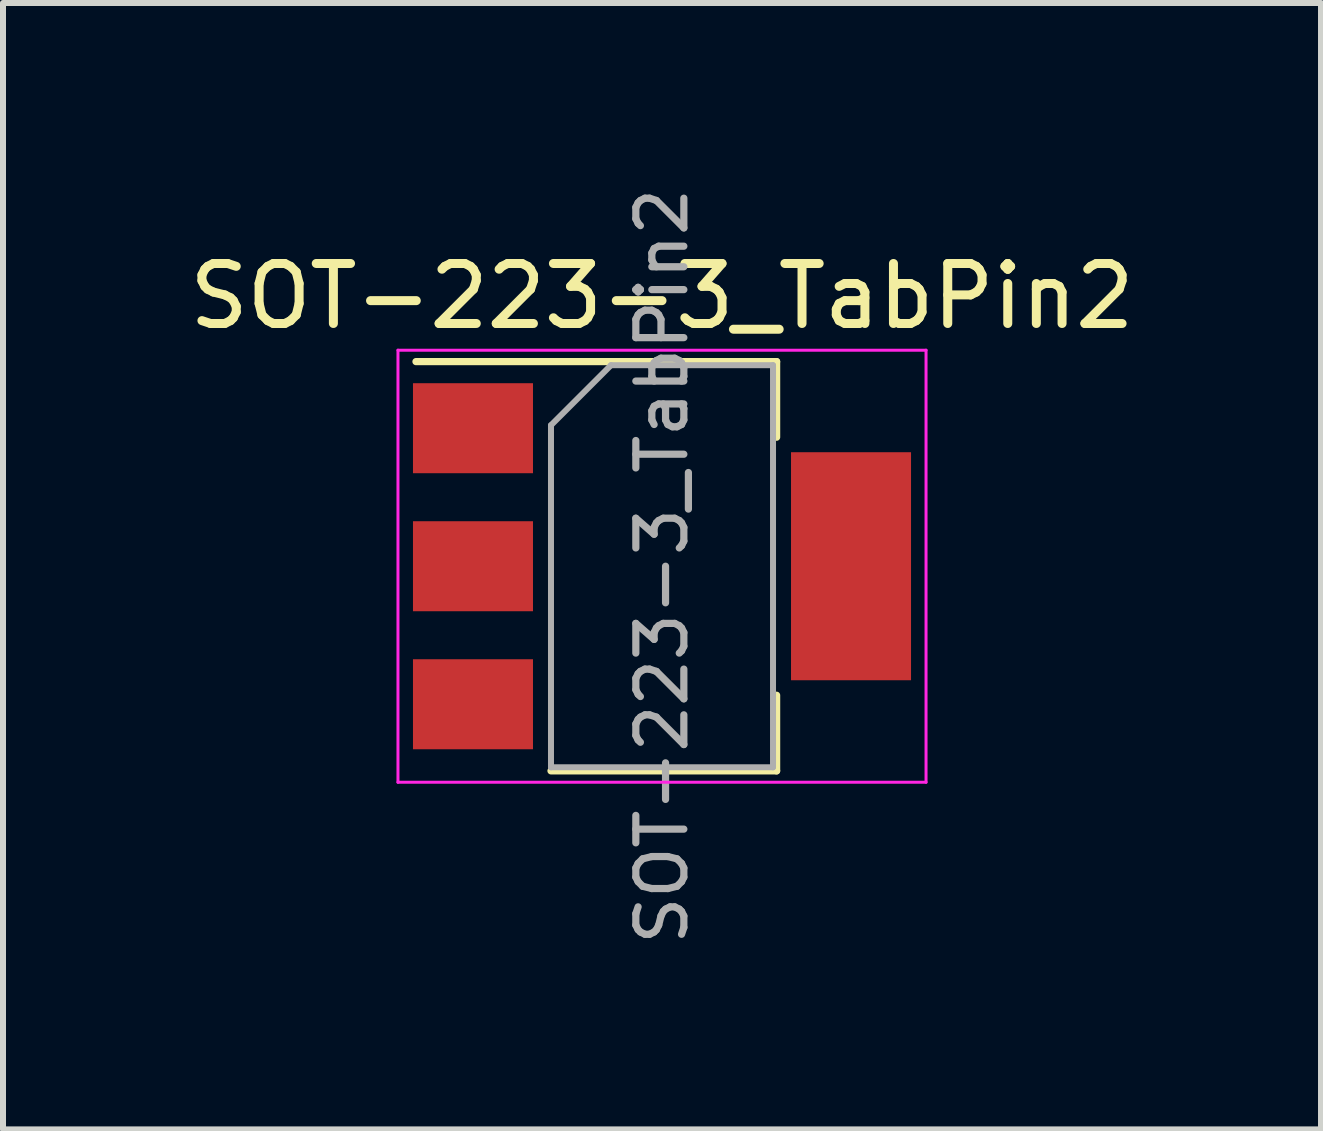
<source format=kicad_pcb>
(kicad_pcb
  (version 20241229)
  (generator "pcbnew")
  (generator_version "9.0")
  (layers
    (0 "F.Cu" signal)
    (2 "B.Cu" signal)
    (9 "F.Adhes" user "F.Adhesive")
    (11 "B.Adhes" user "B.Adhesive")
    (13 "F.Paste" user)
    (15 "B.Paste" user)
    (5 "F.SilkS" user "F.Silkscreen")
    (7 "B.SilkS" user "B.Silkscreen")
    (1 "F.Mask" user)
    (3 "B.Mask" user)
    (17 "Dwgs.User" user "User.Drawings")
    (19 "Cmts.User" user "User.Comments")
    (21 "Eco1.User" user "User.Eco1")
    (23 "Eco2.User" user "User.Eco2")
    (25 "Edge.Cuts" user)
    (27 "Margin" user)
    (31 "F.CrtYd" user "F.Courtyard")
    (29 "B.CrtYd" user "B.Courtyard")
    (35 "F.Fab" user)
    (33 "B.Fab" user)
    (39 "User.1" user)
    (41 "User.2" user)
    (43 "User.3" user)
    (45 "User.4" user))
  (footprint "SOT-223-3_TabPin2"
    (layer "F.Cu")
    (at 7.982 6.386)
    (property "Reference" "SOT-223-3_TabPin2" (at 0 -4.5 0) (layer "F.SilkS") (effects (font (size 1 1) (thickness 0.15))))
    (attr smd)
    (fp_line (start -4.1 -3.41) (end 1.91 -3.41) (stroke (width 0.12) (type solid)) (layer "F.SilkS"))
    (fp_line (start -1.85 3.41) (end 1.91 3.41) (stroke (width 0.12) (type solid)) (layer "F.SilkS"))
    (fp_line (start 1.91 -3.41) (end 1.91 -2.15) (stroke (width 0.12) (type solid)) (layer "F.SilkS"))
    (fp_line (start 1.91 3.41) (end 1.91 2.15) (stroke (width 0.12) (type solid)) (layer "F.SilkS"))
    (fp_line (start -4.4 -3.6) (end -4.4 3.6) (stroke (width 0.05) (type solid)) (layer "F.CrtYd"))
    (fp_line (start -4.4 3.6) (end 4.4 3.6) (stroke (width 0.05) (type solid)) (layer "F.CrtYd"))
    (fp_line (start 4.4 -3.6) (end -4.4 -3.6) (stroke (width 0.05) (type solid)) (layer "F.CrtYd"))
    (fp_line (start 4.4 3.6) (end 4.4 -3.6) (stroke (width 0.05) (type solid)) (layer "F.CrtYd"))
    (fp_line (start -1.85 -2.35) (end -1.85 3.35) (stroke (width 0.1) (type solid)) (layer "F.Fab"))
    (fp_line (start -1.85 -2.35) (end -0.85 -3.35) (stroke (width 0.1) (type solid)) (layer "F.Fab"))
    (fp_line (start -1.85 3.35) (end 1.85 3.35) (stroke (width 0.1) (type solid)) (layer "F.Fab"))
    (fp_line (start -0.85 -3.35) (end 1.85 -3.35) (stroke (width 0.1) (type solid)) (layer "F.Fab"))
    (fp_line (start 1.85 -3.35) (end 1.85 3.35) (stroke (width 0.1) (type solid)) (layer "F.Fab"))
    (fp_text user "${REFERENCE}" (at 0 0 90) (layer "F.Fab") (effects (font (size 0.8 0.8) (thickness 0.12))))
    (pad "1" smd rect (at -3.15 -2.3) (size 2 1.5) (layers "F.Cu" "F.Mask" "F.Paste"))
    (pad "2" smd rect (at -3.15 0) (size 2 1.5) (layers "F.Cu" "F.Mask" "F.Paste"))
    (pad "2" smd rect (at 3.15 0) (size 2 3.8) (layers "F.Cu" "F.Mask" "F.Paste"))
    (pad "3" smd rect (at -3.15 2.3) (size 2 1.5) (layers "F.Cu" "F.Mask" "F.Paste")))
  (gr_rect
    (start -3 -3)
    (end 18.964 15.771)
    (stroke (width 0.1) (type default))
    (fill no)
    (layer "Edge.Cuts")))
</source>
